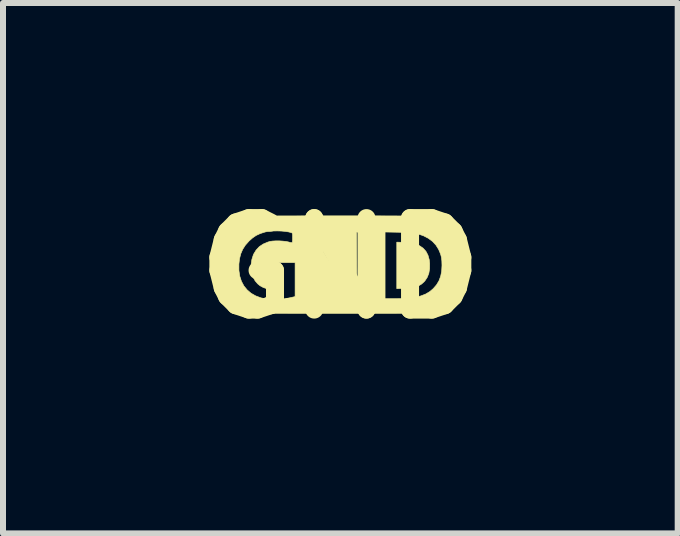
<source format=kicad_pcb>
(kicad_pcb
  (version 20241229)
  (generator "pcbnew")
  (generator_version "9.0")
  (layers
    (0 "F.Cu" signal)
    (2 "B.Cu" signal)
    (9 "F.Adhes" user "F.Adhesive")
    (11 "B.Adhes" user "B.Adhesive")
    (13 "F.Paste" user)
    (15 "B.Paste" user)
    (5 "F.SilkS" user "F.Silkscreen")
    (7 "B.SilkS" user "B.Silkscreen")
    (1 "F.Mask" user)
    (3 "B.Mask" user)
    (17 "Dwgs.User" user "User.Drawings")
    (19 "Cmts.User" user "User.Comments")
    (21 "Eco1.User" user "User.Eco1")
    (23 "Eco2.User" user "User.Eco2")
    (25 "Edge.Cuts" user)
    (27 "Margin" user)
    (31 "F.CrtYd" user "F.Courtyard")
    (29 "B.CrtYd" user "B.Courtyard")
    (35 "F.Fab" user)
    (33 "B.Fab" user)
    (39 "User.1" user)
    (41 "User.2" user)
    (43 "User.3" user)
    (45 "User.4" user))
  (footprint "GND"
    (layer "F.Cu")
    (at 2.62 1.418)
    (property "Reference" "GND" (at 0 0 0) (layer "F.SilkS") (effects (font (size 1.524 1.524) (thickness 0.3))))
    (attr through_hole)
    (fp_poly (pts (xy 1.065 -0.43) (xy 1.12 -0.428) (xy 1.162 -0.424) (xy 1.196 -0.42) (xy 1.225 -0.413) (xy 1.247 -0.406) (xy 1.32 -0.374) (xy 1.38 -0.332) (xy 1.427 -0.279) (xy 1.46 -0.216) (xy 1.481 -0.141) (xy 1.488 -0.079) (xy 1.487 0.009) (xy 1.474 0.086) (xy 1.447 0.153) (xy 1.408 0.212) (xy 1.394 0.227) (xy 1.354 0.263) (xy 1.31 0.29) (xy 1.257 0.311) (xy 1.195 0.325) (xy 1.12 0.333) (xy 1.065 0.336) (xy 0.94 0.341) (xy 0.94 -0.434) (xy 1.065 -0.43)) (stroke (width 0.01) (type solid)) (fill yes) (layer "F.SilkS"))
    (fp_poly (pts (xy 0.083 -0.872) (xy 0.227 -0.872) (xy 0.369 -0.872) (xy 0.509 -0.872) (xy 0.646 -0.872) (xy 0.777 -0.871) (xy 0.903 -0.871) (xy 1.022 -0.87) (xy 1.133 -0.87) (xy 1.236 -0.869) (xy 1.328 -0.869) (xy 1.41 -0.868) (xy 1.48 -0.867) (xy 1.536 -0.866) (xy 1.579 -0.865) (xy 1.607 -0.864) (xy 1.618 -0.863) (xy 1.684 -0.844) (xy 1.747 -0.812) (xy 1.804 -0.771) (xy 1.852 -0.723) (xy 1.882 -0.68) (xy 1.892 -0.661) (xy 1.9 -0.644) (xy 1.907 -0.627) (xy 1.913 -0.609) (xy 1.918 -0.588) (xy 1.922 -0.563) (xy 1.925 -0.532) (xy 1.927 -0.494) (xy 1.928 -0.448) (xy 1.929 -0.392) (xy 1.929 -0.325) (xy 1.929 -0.245) (xy 1.929 -0.151) (xy 1.929 -0.042) (xy 1.929 -0.037) (xy 1.926 0.471) (xy 1.894 0.536) (xy 1.851 0.606) (xy 1.796 0.664) (xy 1.732 0.708) (xy 1.659 0.739) (xy 1.648 0.742) (xy 1.64 0.743) (xy 1.628 0.744) (xy 1.611 0.746) (xy 1.587 0.747) (xy 1.557 0.748) (xy 1.52 0.749) (xy 1.475 0.749) (xy 1.421 0.75) (xy 1.358 0.751) (xy 1.285 0.751) (xy 1.201 0.752) (xy 1.106 0.752) (xy 0.999 0.752) (xy 0.88 0.753) (xy 0.747 0.753) (xy 0.6 0.753) (xy 0.439 0.753) (xy 0.262 0.753) (xy 0.069 0.753) (xy -0.004 0.753) (xy -0.198 0.753) (xy -0.376 0.753) (xy -0.539 0.753) (xy -0.687 0.753) (xy -0.82 0.753) (xy -0.941 0.752) (xy -1.049 0.752) (xy -1.145 0.752) (xy -1.23 0.752) (xy -1.305 0.751) (xy -1.37 0.751) (xy -1.426 0.75) (xy -1.474 0.749) (xy -1.514 0.749) (xy -1.548 0.748) (xy -1.575 0.747) (xy -1.598 0.746) (xy -1.616 0.745) (xy -1.63 0.743) (xy -1.641 0.742) (xy -1.65 0.74) (xy -1.657 0.739) (xy -1.661 0.737) (xy -1.734 0.705) (xy -1.798 0.66) (xy -1.851 0.604) (xy -1.892 0.537) (xy -1.918 0.463) (xy -1.921 0.45) (xy -1.923 0.429) (xy -1.926 0.391) (xy -1.927 0.336) (xy -1.929 0.265) (xy -1.93 0.176) (xy -1.93 0.071) (xy -1.93 -0.052) (xy -1.93 -0.062) (xy -1.93 -0.068) (xy -1.69 -0.068) (xy -1.69 0.037) (xy -1.676 0.132) (xy -1.648 0.218) (xy -1.607 0.295) (xy -1.553 0.361) (xy -1.488 0.417) (xy -1.411 0.461) (xy -1.323 0.494) (xy -1.225 0.514) (xy -1.118 0.523) (xy -1.001 0.518) (xy -0.984 0.516) (xy -0.937 0.51) (xy -0.884 0.501) (xy -0.837 0.492) (xy -0.828 0.49) (xy -0.754 0.473) (xy -0.754 -0.093) (xy -1.202 -0.093) (xy -1.202 0.076) (xy -0.948 0.076) (xy -0.948 0.207) (xy -0.949 0.262) (xy -0.95 0.302) (xy -0.953 0.328) (xy -0.957 0.342) (xy -0.959 0.344) (xy -0.971 0.347) (xy -0.996 0.35) (xy -1.03 0.352) (xy -1.062 0.354) (xy -1.147 0.353) (xy -1.22 0.343) (xy -1.283 0.322) (xy -1.338 0.292) (xy -1.377 0.26) (xy -1.42 0.21) (xy -1.452 0.149) (xy -1.474 0.08) (xy -1.485 0.006) (xy -1.485 -0.07) (xy -1.474 -0.146) (xy -1.451 -0.218) (xy -1.444 -0.235) (xy -1.403 -0.302) (xy -1.35 -0.359) (xy -1.284 -0.403) (xy -1.208 -0.435) (xy -1.171 -0.446) (xy -1.128 -0.452) (xy -1.075 -0.455) (xy -1.016 -0.455) (xy -0.957 -0.451) (xy -0.903 -0.445) (xy -0.864 -0.437) (xy -0.833 -0.428) (xy -0.813 -0.425) (xy -0.802 -0.43) (xy -0.797 -0.445) (xy -0.796 -0.473) (xy -0.796 -0.504) (xy -0.796 -0.542) (xy -0.797 -0.566) (xy -0.8 -0.58) (xy -0.806 -0.587) (xy -0.815 -0.592) (xy -0.815 -0.592) (xy -0.849 -0.601) (xy -0.5 -0.601) (xy -0.5 0.508) (xy -0.304 0.508) (xy -0.307 0.102) (xy -0.307 0.02) (xy -0.307 -0.055) (xy -0.307 -0.124) (xy -0.307 -0.184) (xy -0.306 -0.234) (xy -0.306 -0.272) (xy -0.305 -0.296) (xy -0.304 -0.305) (xy -0.304 -0.305) (xy -0.297 -0.298) (xy -0.285 -0.28) (xy -0.268 -0.254) (xy -0.262 -0.243) (xy -0.248 -0.22) (xy -0.235 -0.198) (xy -0.22 -0.175) (xy -0.204 -0.15) (xy -0.185 -0.122) (xy -0.162 -0.088) (xy -0.135 -0.048) (xy -0.101 -0.001) (xy -0.061 0.056) (xy -0.014 0.124) (xy 0.043 0.204) (xy 0.05 0.214) (xy 0.258 0.508) (xy 0.466 0.508) (xy 0.745 0.508) (xy 0.9 0.508) (xy 0.957 0.507) (xy 1.017 0.506) (xy 1.073 0.504) (xy 1.121 0.501) (xy 1.144 0.499) (xy 1.249 0.485) (xy 1.341 0.462) (xy 1.421 0.431) (xy 1.49 0.39) (xy 1.548 0.34) (xy 1.602 0.278) (xy 1.643 0.21) (xy 1.671 0.135) (xy 1.688 0.051) (xy 1.693 -0.045) (xy 1.693 -0.05) (xy 1.691 -0.119) (xy 1.685 -0.176) (xy 1.672 -0.228) (xy 1.651 -0.282) (xy 1.637 -0.313) (xy 1.593 -0.384) (xy 1.536 -0.446) (xy 1.466 -0.498) (xy 1.385 -0.54) (xy 1.294 -0.571) (xy 1.268 -0.577) (xy 1.239 -0.583) (xy 1.207 -0.587) (xy 1.17 -0.591) (xy 1.125 -0.594) (xy 1.07 -0.596) (xy 1.001 -0.598) (xy 0.967 -0.599) (xy 0.745 -0.603) (xy 0.745 0.508) (xy 0.466 0.508) (xy 0.466 -0.601) (xy 0.27 -0.601) (xy 0.272 -0.191) (xy 0.273 -0.11) (xy 0.273 -0.034) (xy 0.274 0.035) (xy 0.274 0.095) (xy 0.274 0.145) (xy 0.274 0.183) (xy 0.274 0.208) (xy 0.274 0.217) (xy 0.273 0.217) (xy 0.269 0.21) (xy 0.256 0.19) (xy 0.238 0.162) (xy 0.216 0.127) (xy 0.206 0.11) (xy 0.186 0.08) (xy 0.158 0.038) (xy 0.123 -0.013) (xy 0.083 -0.072) (xy 0.039 -0.136) (xy -0.008 -0.203) (xy -0.056 -0.271) (xy -0.075 -0.298) (xy -0.29 -0.601) (xy -0.395 -0.601) (xy -0.5 -0.601) (xy -0.849 -0.601) (xy -0.86 -0.604) (xy -0.917 -0.613) (xy -0.982 -0.619) (xy -1.051 -0.621) (xy -1.12 -0.62) (xy -1.184 -0.615) (xy -1.24 -0.606) (xy -1.257 -0.602) (xy -1.335 -0.577) (xy -1.402 -0.546) (xy -1.462 -0.505) (xy -1.521 -0.453) (xy -1.524 -0.449) (xy -1.583 -0.383) (xy -1.627 -0.314) (xy -1.659 -0.24) (xy -1.68 -0.157) (xy -1.69 -0.068) (xy -1.93 -0.068) (xy -1.93 -0.168) (xy -1.93 -0.259) (xy -1.93 -0.336) (xy -1.929 -0.401) (xy -1.928 -0.454) (xy -1.926 -0.498) (xy -1.923 -0.534) (xy -1.92 -0.563) (xy -1.915 -0.588) (xy -1.91 -0.609) (xy -1.903 -0.627) (xy -1.895 -0.646) (xy -1.886 -0.665) (xy -1.883 -0.67) (xy -1.847 -0.725) (xy -1.797 -0.775) (xy -1.739 -0.816) (xy -1.675 -0.847) (xy -1.618 -0.864) (xy -1.604 -0.865) (xy -1.574 -0.866) (xy -1.529 -0.866) (xy -1.471 -0.867) (xy -1.399 -0.868) (xy -1.316 -0.869) (xy -1.222 -0.869) (xy -1.118 -0.87) (xy -1.006 -0.871) (xy -0.886 -0.871) (xy -0.759 -0.871) (xy -0.627 -0.872) (xy -0.49 -0.872) (xy -0.349 -0.872) (xy -0.207 -0.872) (xy -0.062 -0.872) (xy 0.083 -0.872)) (stroke (width 0.01) (type solid)) (fill yes) (layer "F.SilkS")))
  (gr_rect
    (start -3 -3)
    (end 8.24 5.836)
    (stroke (width 0.1) (type default))
    (fill no)
    (layer "Edge.Cuts")))
</source>
